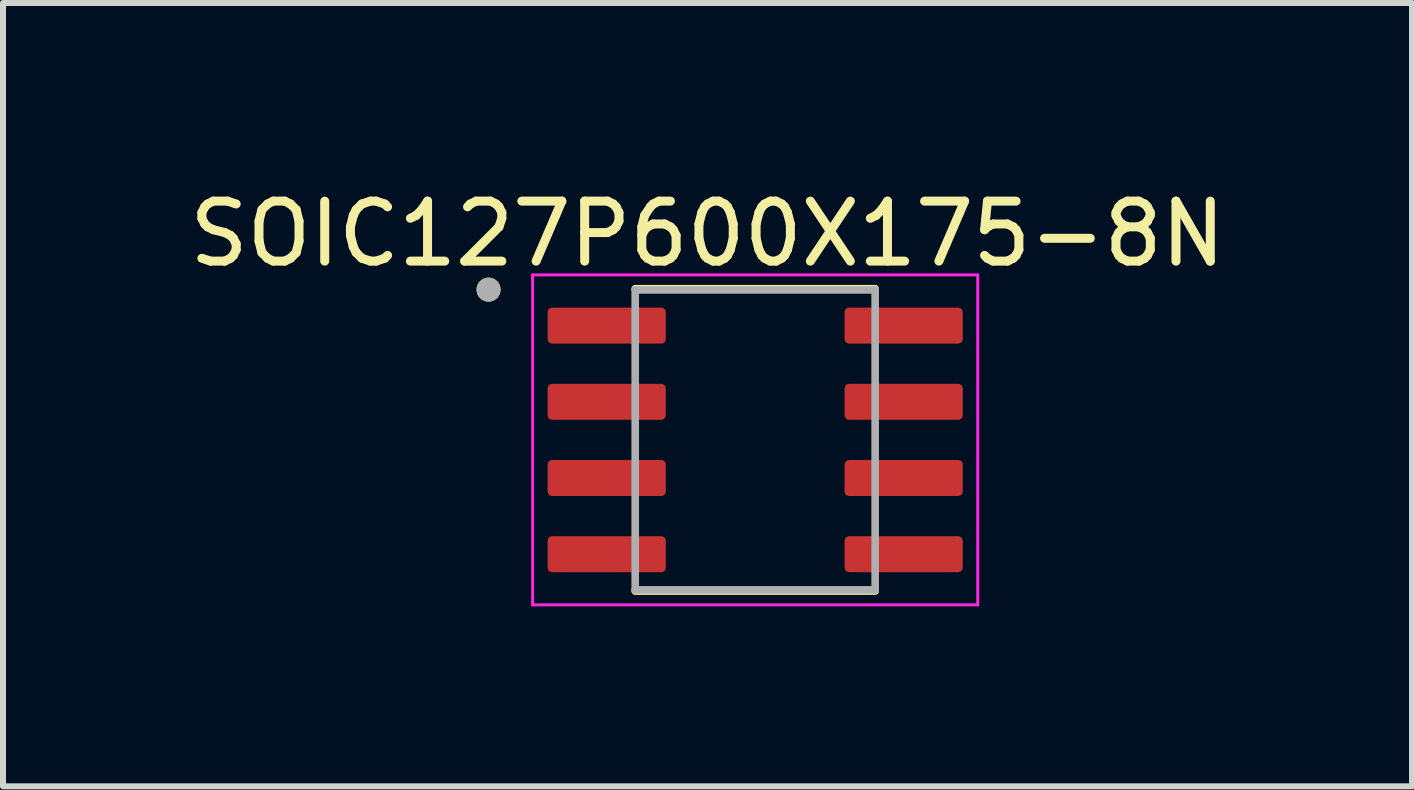
<source format=kicad_pcb>
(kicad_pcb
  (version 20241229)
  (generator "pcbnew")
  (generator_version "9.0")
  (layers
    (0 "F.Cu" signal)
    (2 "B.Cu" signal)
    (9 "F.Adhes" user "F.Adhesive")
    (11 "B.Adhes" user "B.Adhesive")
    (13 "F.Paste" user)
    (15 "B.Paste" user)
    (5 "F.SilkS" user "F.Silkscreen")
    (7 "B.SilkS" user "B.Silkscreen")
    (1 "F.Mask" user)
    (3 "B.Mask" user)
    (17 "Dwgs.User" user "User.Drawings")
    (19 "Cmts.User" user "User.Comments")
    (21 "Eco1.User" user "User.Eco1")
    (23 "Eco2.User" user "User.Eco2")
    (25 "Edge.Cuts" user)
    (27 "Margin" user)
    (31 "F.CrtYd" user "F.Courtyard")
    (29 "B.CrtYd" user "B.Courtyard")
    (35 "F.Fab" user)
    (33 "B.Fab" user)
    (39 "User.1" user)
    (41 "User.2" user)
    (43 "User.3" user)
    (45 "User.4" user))
  (footprint "SOIC127P600X175-8N"
    (layer "F.Cu")
    (at 9.539 4.283)
    (property "Reference" "SOIC127P600X175-8N" (at -0.795 -3.435 0) (layer "F.SilkS") (effects (font (size 1 1) (thickness 0.15))))
    (attr smd)
    (fp_line (start -2 -2.52) (end 2 -2.52) (stroke (width 0.127) (type solid)) (layer "F.SilkS"))
    (fp_line (start -2 2.52) (end 2 2.52) (stroke (width 0.127) (type solid)) (layer "F.SilkS"))
    (fp_circle (center -4.445 -2.505) (end -4.345 -2.505) (stroke (width 0.2) (type solid)) (fill no) (layer "F.SilkS"))
    (fp_line (start -3.71 -2.75) (end -3.71 2.75) (stroke (width 0.05) (type solid)) (layer "F.CrtYd"))
    (fp_line (start -3.71 -2.75) (end 3.71 -2.75) (stroke (width 0.05) (type solid)) (layer "F.CrtYd"))
    (fp_line (start -3.71 2.75) (end 3.71 2.75) (stroke (width 0.05) (type solid)) (layer "F.CrtYd"))
    (fp_line (start 3.71 -2.75) (end 3.71 2.75) (stroke (width 0.05) (type solid)) (layer "F.CrtYd"))
    (fp_line (start -2 -2.5) (end -2 2.5) (stroke (width 0.127) (type solid)) (layer "F.Fab"))
    (fp_line (start -2 -2.5) (end 2 -2.5) (stroke (width 0.127) (type solid)) (layer "F.Fab"))
    (fp_line (start -2 2.5) (end 2 2.5) (stroke (width 0.127) (type solid)) (layer "F.Fab"))
    (fp_line (start 2 -2.5) (end 2 2.5) (stroke (width 0.127) (type solid)) (layer "F.Fab"))
    (fp_circle (center -4.445 -2.505) (end -4.345 -2.505) (stroke (width 0.2) (type solid)) (fill no) (layer "F.Fab"))
    (pad "1" smd roundrect (at -2.475 -1.905) (size 1.97 0.6) (layers "F.Cu" "F.Mask" "F.Paste") (roundrect_rratio 0.125))
    (pad "2" smd roundrect (at -2.475 -0.635) (size 1.97 0.6) (layers "F.Cu" "F.Mask" "F.Paste") (roundrect_rratio 0.125))
    (pad "3" smd roundrect (at -2.475 0.635) (size 1.97 0.6) (layers "F.Cu" "F.Mask" "F.Paste") (roundrect_rratio 0.125))
    (pad "4" smd roundrect (at -2.475 1.905) (size 1.97 0.6) (layers "F.Cu" "F.Mask" "F.Paste") (roundrect_rratio 0.125))
    (pad "5" smd roundrect (at 2.475 1.905) (size 1.97 0.6) (layers "F.Cu" "F.Mask" "F.Paste") (roundrect_rratio 0.125))
    (pad "6" smd roundrect (at 2.475 0.635) (size 1.97 0.6) (layers "F.Cu" "F.Mask" "F.Paste") (roundrect_rratio 0.125))
    (pad "7" smd roundrect (at 2.475 -0.635) (size 1.97 0.6) (layers "F.Cu" "F.Mask" "F.Paste") (roundrect_rratio 0.125))
    (pad "8" smd roundrect (at 2.475 -1.905) (size 1.97 0.6) (layers "F.Cu" "F.Mask" "F.Paste") (roundrect_rratio 0.125)))
  (gr_rect
    (start -3 -3)
    (end 20.488 10.058)
    (stroke (width 0.1) (type default))
    (fill no)
    (layer "Edge.Cuts")))
</source>
